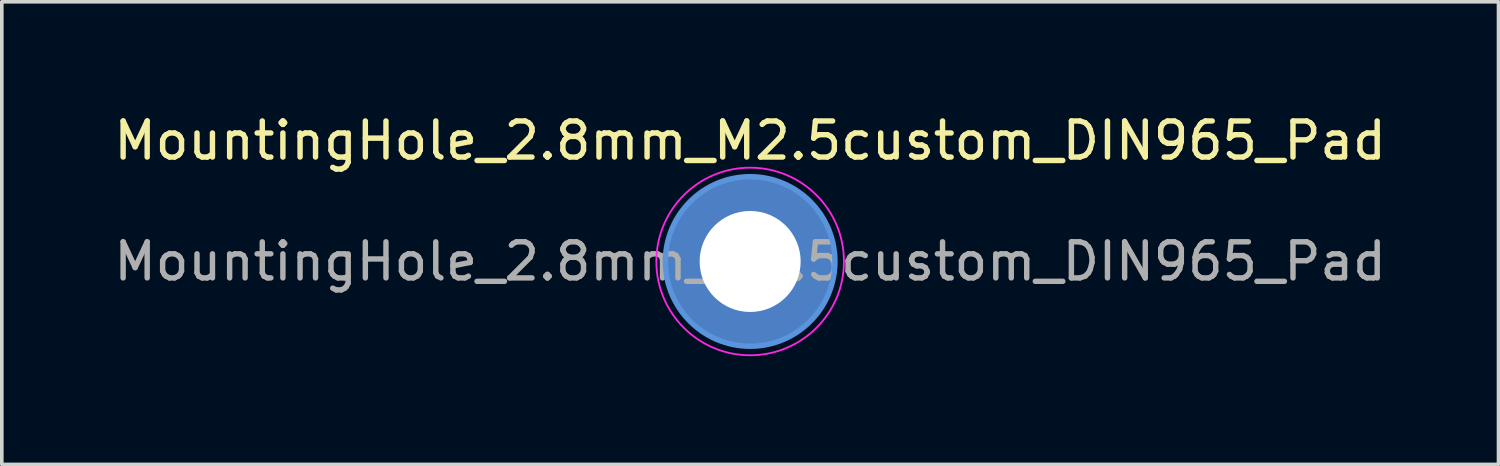
<source format=kicad_pcb>
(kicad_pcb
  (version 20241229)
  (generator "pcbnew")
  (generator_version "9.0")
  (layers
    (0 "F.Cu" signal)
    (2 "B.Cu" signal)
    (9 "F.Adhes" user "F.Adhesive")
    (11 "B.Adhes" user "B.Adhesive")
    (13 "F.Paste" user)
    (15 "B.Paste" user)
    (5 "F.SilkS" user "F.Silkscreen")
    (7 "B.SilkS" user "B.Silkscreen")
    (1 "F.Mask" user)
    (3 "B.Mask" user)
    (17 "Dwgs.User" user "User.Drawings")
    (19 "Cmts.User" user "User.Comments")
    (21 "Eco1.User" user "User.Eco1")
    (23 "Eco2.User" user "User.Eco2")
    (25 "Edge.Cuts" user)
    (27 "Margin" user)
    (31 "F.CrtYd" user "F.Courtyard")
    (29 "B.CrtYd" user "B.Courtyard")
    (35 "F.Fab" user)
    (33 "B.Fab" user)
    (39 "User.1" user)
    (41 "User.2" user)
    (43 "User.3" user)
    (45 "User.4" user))
  (footprint "MountingHole_2.8mm_M2.5custom_DIN965_Pad"
    (layer "F.Cu")
    (at 17.744 4.198)
    (property "Reference" "MountingHole_2.8mm_M2.5custom_DIN965_Pad" (at 0 -3.35 0) (layer "F.SilkS") (effects (font (size 1 1) (thickness 0.15))))
    (attr exclude_from_pos_files exclude_from_bom)
    (fp_circle (center 0 0) (end 2.35 0) (stroke (width 0.15) (type solid)) (fill no) (layer "Cmts.User"))
    (fp_circle (center 0 0) (end 2.6 0) (stroke (width 0.05) (type solid)) (fill no) (layer "F.CrtYd"))
    (fp_text user "${REFERENCE}" (at 0 0 0) (layer "F.Fab") (effects (font (size 1 1) (thickness 0.15))))
    (pad "1" thru_hole circle (at 0 0) (size 4.7 4.7) (drill 2.8) (layers "*.Cu" "*.Mask")))
  (gr_rect
    (start -3 -3)
    (end 38.488 9.823)
    (stroke (width 0.1) (type default))
    (fill no)
    (layer "Edge.Cuts")))
</source>
